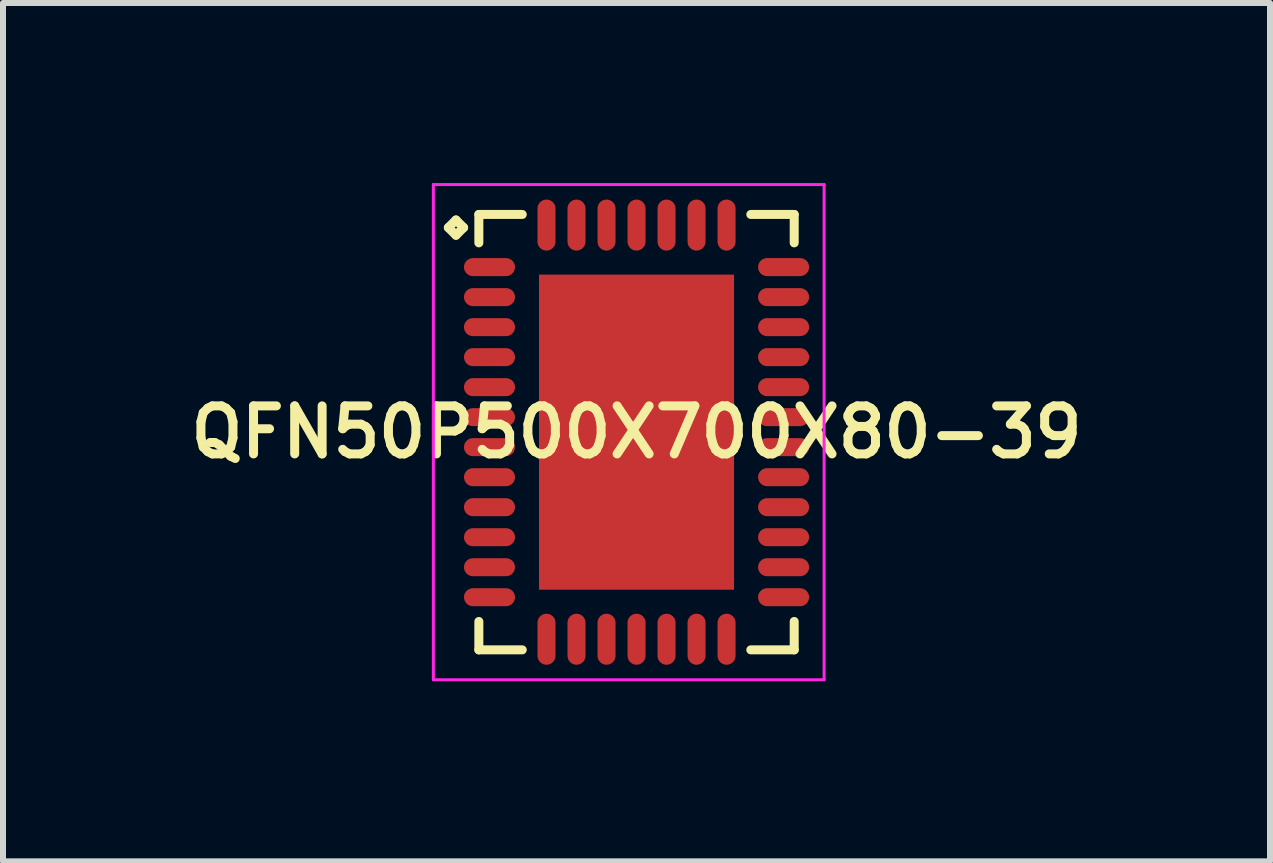
<source format=kicad_pcb>
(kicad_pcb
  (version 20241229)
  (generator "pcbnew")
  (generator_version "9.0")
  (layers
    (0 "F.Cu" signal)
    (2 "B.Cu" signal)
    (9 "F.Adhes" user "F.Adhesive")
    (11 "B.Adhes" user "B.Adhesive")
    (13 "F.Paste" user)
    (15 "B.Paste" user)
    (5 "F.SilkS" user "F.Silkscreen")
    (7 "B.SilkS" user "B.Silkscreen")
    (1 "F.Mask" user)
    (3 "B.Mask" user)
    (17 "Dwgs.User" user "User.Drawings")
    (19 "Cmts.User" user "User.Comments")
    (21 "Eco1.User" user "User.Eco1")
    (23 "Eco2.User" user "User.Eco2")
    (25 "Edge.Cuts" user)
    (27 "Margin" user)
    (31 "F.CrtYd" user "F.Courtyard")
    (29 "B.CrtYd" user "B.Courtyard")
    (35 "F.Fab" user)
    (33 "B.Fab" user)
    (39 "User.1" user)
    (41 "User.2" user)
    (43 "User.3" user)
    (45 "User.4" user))
  (footprint "QFN50P500X700X80-39"
    (layer "F.Cu")
    (at 7.555 4.15)
    (property "Reference" "QFN50P500X700X80-39" (at 0 0 0) (layer "F.SilkS") (effects (font (size 0.8 0.8) (thickness 0.15))))
    (attr smd)
    (fp_line (start -3.135 -3.408) (end -3.008 -3.535) (stroke (width 0.15) (type solid)) (layer "F.SilkS"))
    (fp_line (start -3.008 -3.535) (end -2.881 -3.408) (stroke (width 0.15) (type solid)) (layer "F.SilkS"))
    (fp_line (start -3.008 -3.281) (end -3.135 -3.408) (stroke (width 0.15) (type solid)) (layer "F.SilkS"))
    (fp_line (start -2.881 -3.408) (end -3.008 -3.281) (stroke (width 0.15) (type solid)) (layer "F.SilkS"))
    (fp_line (start -2.627 -3.627) (end -1.904 -3.627) (stroke (width 0.15) (type solid)) (layer "F.SilkS"))
    (fp_line (start -2.627 -3.154) (end -2.627 -3.627) (stroke (width 0.15) (type solid)) (layer "F.SilkS"))
    (fp_line (start -2.627 3.154) (end -2.627 3.627) (stroke (width 0.15) (type solid)) (layer "F.SilkS"))
    (fp_line (start -2.627 3.627) (end -1.904 3.627) (stroke (width 0.15) (type solid)) (layer "F.SilkS"))
    (fp_line (start 1.904 -3.627) (end 2.627 -3.627) (stroke (width 0.15) (type solid)) (layer "F.SilkS"))
    (fp_line (start 1.904 3.627) (end 2.627 3.627) (stroke (width 0.15) (type solid)) (layer "F.SilkS"))
    (fp_line (start 2.627 -3.627) (end 2.627 -3.154) (stroke (width 0.15) (type solid)) (layer "F.SilkS"))
    (fp_line (start 2.627 3.627) (end 2.627 3.154) (stroke (width 0.15) (type solid)) (layer "F.SilkS"))
    (fp_line (start -3.385 -4.125) (end 3.125 -4.125) (stroke (width 0.05) (type solid)) (layer "F.CrtYd"))
    (fp_line (start -3.385 4.125) (end -3.385 -4.125) (stroke (width 0.05) (type solid)) (layer "F.CrtYd"))
    (fp_line (start 3.125 -4.125) (end 3.125 4.125) (stroke (width 0.05) (type solid)) (layer "F.CrtYd"))
    (fp_line (start 3.125 4.125) (end -3.385 4.125) (stroke (width 0.05) (type solid)) (layer "F.CrtYd"))
    (pad "1" smd oval (at -2.45 -2.75) (size 0.85 0.3) (layers "F.Cu" "F.Mask" "F.Paste"))
    (pad "2" smd oval (at -2.45 -2.25) (size 0.85 0.3) (layers "F.Cu" "F.Mask" "F.Paste"))
    (pad "3" smd oval (at -2.45 -1.75) (size 0.85 0.3) (layers "F.Cu" "F.Mask" "F.Paste"))
    (pad "4" smd oval (at -2.45 -1.25) (size 0.85 0.3) (layers "F.Cu" "F.Mask" "F.Paste"))
    (pad "5" smd oval (at -2.45 -0.75) (size 0.85 0.3) (layers "F.Cu" "F.Mask" "F.Paste"))
    (pad "6" smd oval (at -2.45 -0.25) (size 0.85 0.3) (layers "F.Cu" "F.Mask" "F.Paste"))
    (pad "7" smd oval (at -2.45 0.25) (size 0.85 0.3) (layers "F.Cu" "F.Mask" "F.Paste"))
    (pad "8" smd oval (at -2.45 0.75) (size 0.85 0.3) (layers "F.Cu" "F.Mask" "F.Paste"))
    (pad "9" smd oval (at -2.45 1.25) (size 0.85 0.3) (layers "F.Cu" "F.Mask" "F.Paste"))
    (pad "10" smd oval (at -2.45 1.75) (size 0.85 0.3) (layers "F.Cu" "F.Mask" "F.Paste"))
    (pad "11" smd oval (at -2.45 2.25) (size 0.85 0.3) (layers "F.Cu" "F.Mask" "F.Paste"))
    (pad "12" smd oval (at -2.45 2.75) (size 0.85 0.3) (layers "F.Cu" "F.Mask" "F.Paste"))
    (pad "13" smd oval (at -1.5 3.45) (size 0.3 0.85) (layers "F.Cu" "F.Mask" "F.Paste"))
    (pad "14" smd oval (at -1 3.45) (size 0.3 0.85) (layers "F.Cu" "F.Mask" "F.Paste"))
    (pad "15" smd oval (at -0.5 3.45) (size 0.3 0.85) (layers "F.Cu" "F.Mask" "F.Paste"))
    (pad "16" smd oval (at 0 3.45) (size 0.3 0.85) (layers "F.Cu" "F.Mask" "F.Paste"))
    (pad "17" smd oval (at 0.5 3.45) (size 0.3 0.85) (layers "F.Cu" "F.Mask" "F.Paste"))
    (pad "18" smd oval (at 1 3.45) (size 0.3 0.85) (layers "F.Cu" "F.Mask" "F.Paste"))
    (pad "19" smd oval (at 1.5 3.45) (size 0.3 0.85) (layers "F.Cu" "F.Mask" "F.Paste"))
    (pad "20" smd oval (at 2.45 2.75) (size 0.85 0.3) (layers "F.Cu" "F.Mask" "F.Paste"))
    (pad "21" smd oval (at 2.45 2.25) (size 0.85 0.3) (layers "F.Cu" "F.Mask" "F.Paste"))
    (pad "22" smd oval (at 2.45 1.75) (size 0.85 0.3) (layers "F.Cu" "F.Mask" "F.Paste"))
    (pad "23" smd oval (at 2.45 1.25) (size 0.85 0.3) (layers "F.Cu" "F.Mask" "F.Paste"))
    (pad "24" smd oval (at 2.45 0.75) (size 0.85 0.3) (layers "F.Cu" "F.Mask" "F.Paste"))
    (pad "25" smd oval (at 2.45 0.25) (size 0.85 0.3) (layers "F.Cu" "F.Mask" "F.Paste"))
    (pad "26" smd oval (at 2.45 -0.25) (size 0.85 0.3) (layers "F.Cu" "F.Mask" "F.Paste"))
    (pad "27" smd oval (at 2.45 -0.75) (size 0.85 0.3) (layers "F.Cu" "F.Mask" "F.Paste"))
    (pad "28" smd oval (at 2.45 -1.25) (size 0.85 0.3) (layers "F.Cu" "F.Mask" "F.Paste"))
    (pad "29" smd oval (at 2.45 -1.75) (size 0.85 0.3) (layers "F.Cu" "F.Mask" "F.Paste"))
    (pad "30" smd oval (at 2.45 -2.25) (size 0.85 0.3) (layers "F.Cu" "F.Mask" "F.Paste"))
    (pad "31" smd oval (at 2.45 -2.75) (size 0.85 0.3) (layers "F.Cu" "F.Mask" "F.Paste"))
    (pad "32" smd oval (at 1.5 -3.45) (size 0.3 0.85) (layers "F.Cu" "F.Mask" "F.Paste"))
    (pad "33" smd oval (at 1 -3.45) (size 0.3 0.85) (layers "F.Cu" "F.Mask" "F.Paste"))
    (pad "34" smd oval (at 0.5 -3.45) (size 0.3 0.85) (layers "F.Cu" "F.Mask" "F.Paste"))
    (pad "35" smd oval (at 0 -3.45) (size 0.3 0.85) (layers "F.Cu" "F.Mask" "F.Paste"))
    (pad "36" smd oval (at -0.5 -3.45) (size 0.3 0.85) (layers "F.Cu" "F.Mask" "F.Paste"))
    (pad "37" smd oval (at -1 -3.45) (size 0.3 0.85) (layers "F.Cu" "F.Mask" "F.Paste"))
    (pad "38" smd oval (at -1.5 -3.45) (size 0.3 0.85) (layers "F.Cu" "F.Mask" "F.Paste"))
    (pad "39" smd rect (at 0 0) (size 3.25 5.25) (layers "F.Cu" "F.Mask" "F.Paste")))
  (gr_rect
    (start -3 -3)
    (end 18.109 11.3)
    (stroke (width 0.1) (type default))
    (fill no)
    (layer "Edge.Cuts")))
</source>
